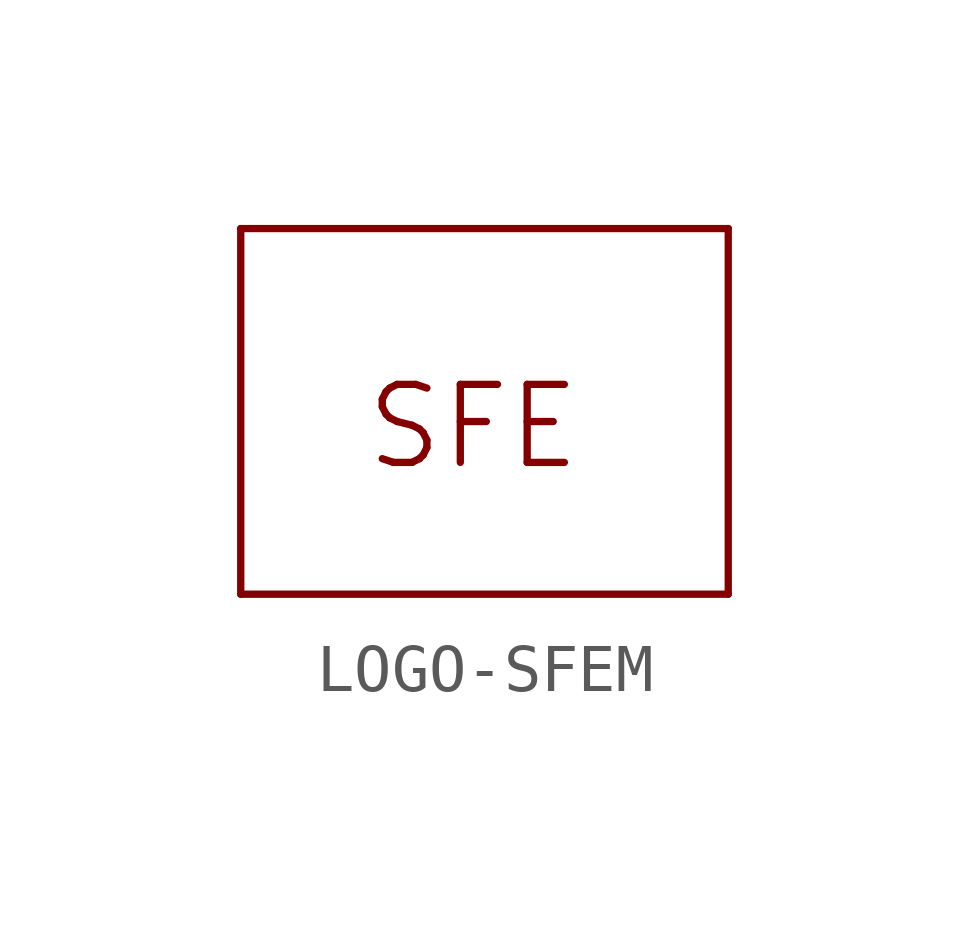
<source format=kicad_sym>
(kicad_symbol_lib
  (version 20211014)
  (generator kicad_symbol_editor)
  (symbol "LOGO-SFEM"
    (pin_names
      (offset 1.016))
    (property "Reference" "LOGO"
      (at 0 0 0)
      (effects (font (size 1.27 1.27)) hide))
    (property "ki_locked" ""
      (at 0 0 0)
      (effects (font (size 1.27 1.27))))
    (symbol "LOGO-SFEM_1_0"
      (polyline (pts (xy -2.54 -2.54) (xy 7.62 -2.54)) (stroke (width 0) (type default) (color 0 0 0 0)) (fill (type none)))
      (polyline (pts (xy -2.54 5.08) (xy -2.54 -2.54)) (stroke (width 0) (type default) (color 0 0 0 0)) (fill (type none)))
      (polyline (pts (xy 7.62 -2.54) (xy 7.62 5.08)) (stroke (width 0) (type default) (color 0 0 0 0)) (fill (type none)))
      (polyline (pts (xy 7.62 5.08) (xy -2.54 5.08)) (stroke (width 0) (type default) (color 0 0 0 0)) (fill (type none)))
      (text "SFE" (at 0 0 0) (effects (font (size 1.626 1.626)) (justify left bottom))))))
</source>
